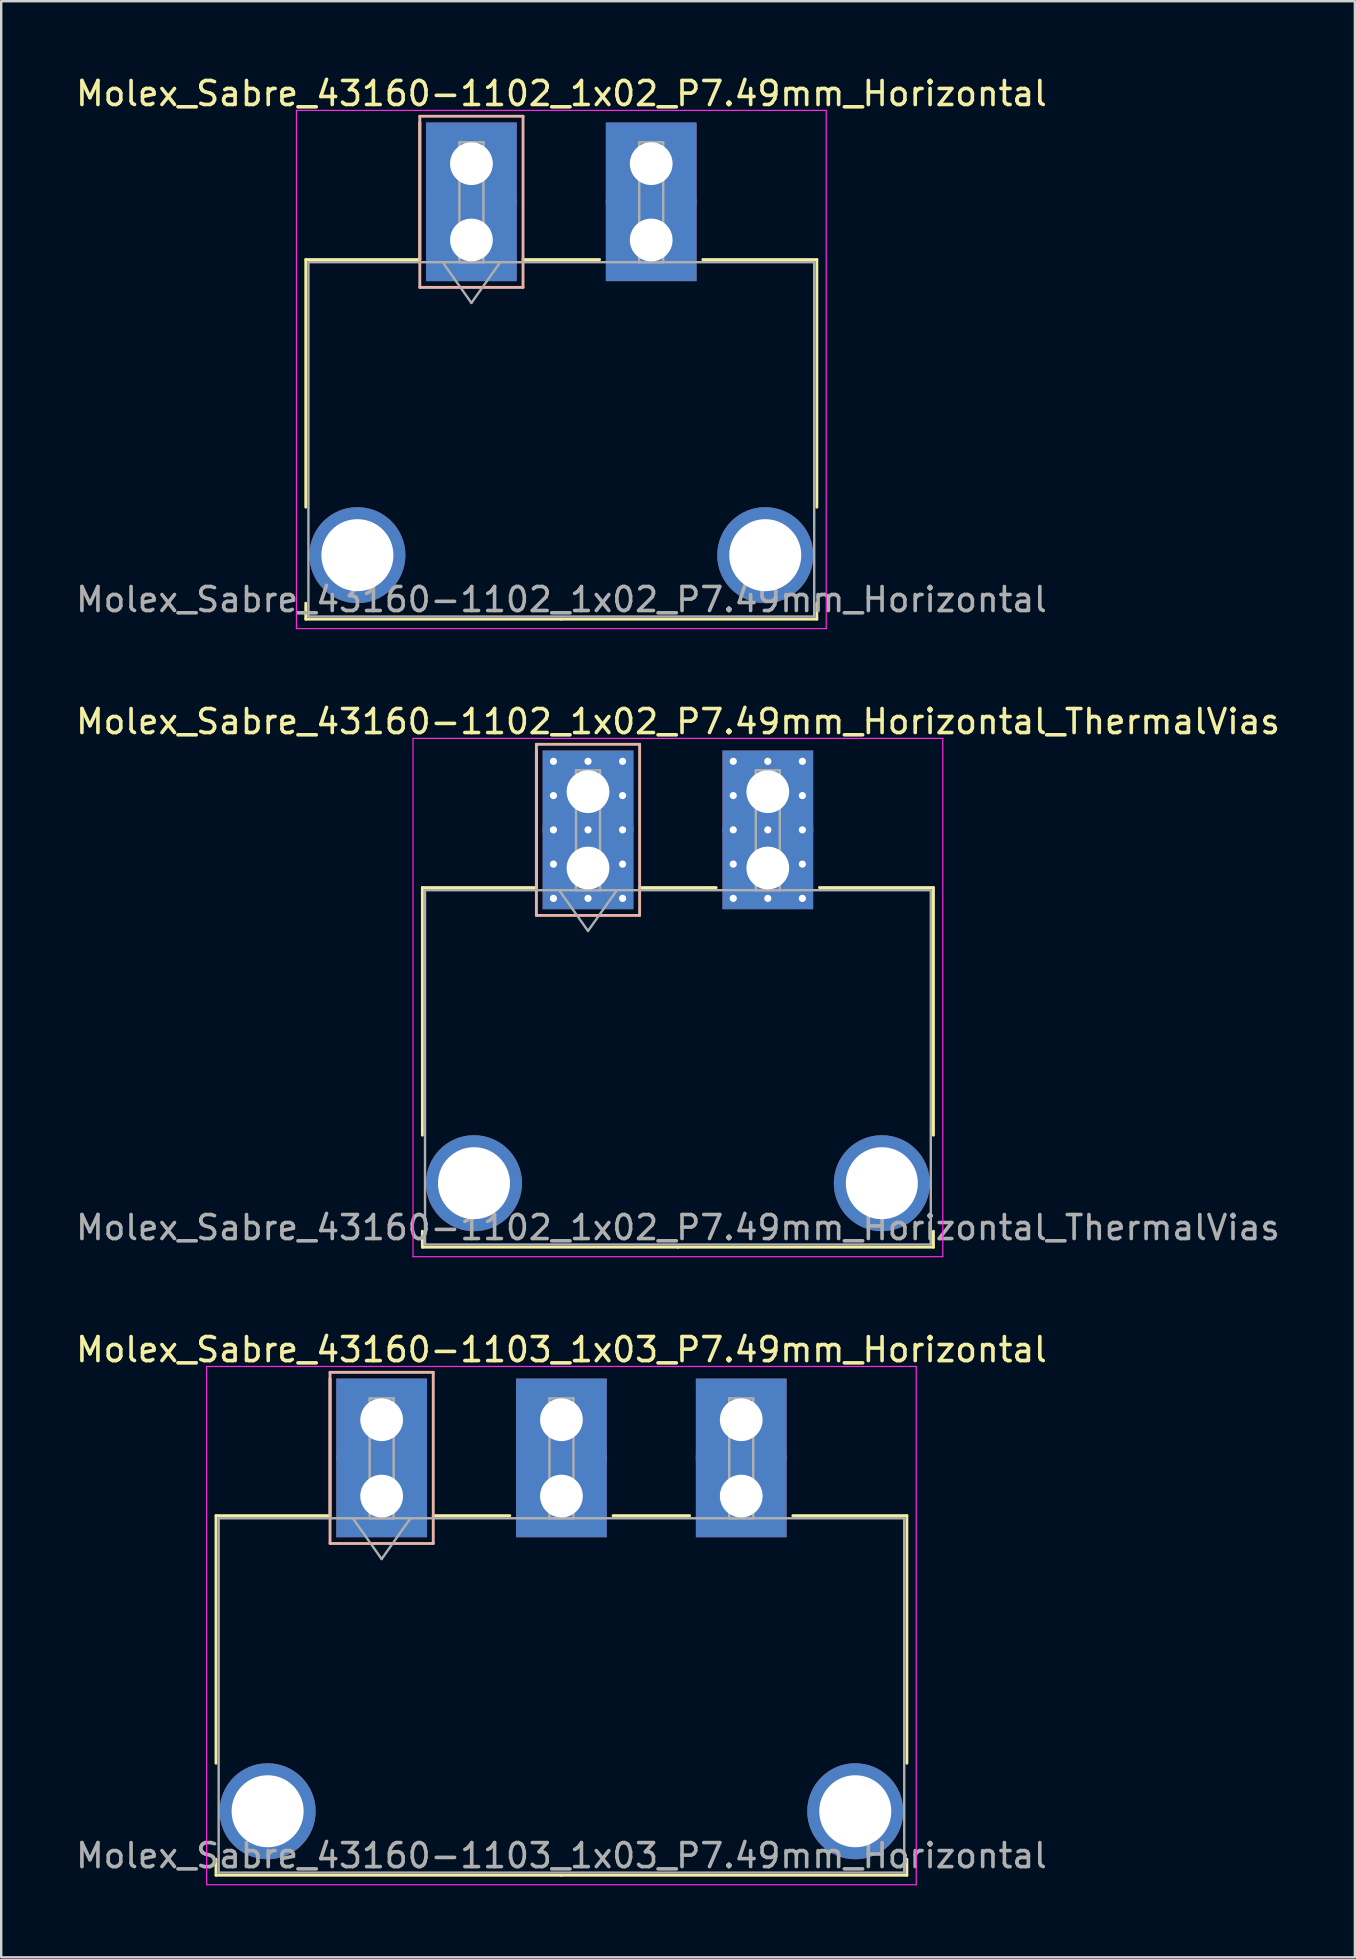
<source format=kicad_pcb>
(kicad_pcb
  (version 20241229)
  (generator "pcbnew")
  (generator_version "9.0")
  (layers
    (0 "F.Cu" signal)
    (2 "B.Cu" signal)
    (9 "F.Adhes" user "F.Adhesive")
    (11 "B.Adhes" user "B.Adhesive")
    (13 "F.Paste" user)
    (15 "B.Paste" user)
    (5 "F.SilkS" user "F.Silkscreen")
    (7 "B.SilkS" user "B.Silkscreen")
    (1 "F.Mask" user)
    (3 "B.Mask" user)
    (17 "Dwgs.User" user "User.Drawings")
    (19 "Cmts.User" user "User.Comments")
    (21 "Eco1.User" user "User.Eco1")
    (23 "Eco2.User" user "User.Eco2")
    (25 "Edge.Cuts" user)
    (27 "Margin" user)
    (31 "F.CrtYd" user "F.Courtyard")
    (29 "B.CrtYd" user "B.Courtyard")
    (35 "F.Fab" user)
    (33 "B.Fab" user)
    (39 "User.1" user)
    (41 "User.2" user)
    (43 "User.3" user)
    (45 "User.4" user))
  (footprint "Molex_Sabre_43160-1103_1x03_P7.49mm_Horizontal"
    (layer "F.Cu")
    (at 12.849 59.275)
    (property "Reference" "Molex_Sabre_43160-1103_1x03_P7.49mm_Horizontal" (at 7.49 -6.1 0) (layer "F.SilkS") (effects (font (size 1 1) (thickness 0.15))))
    (attr through_hole)
    (fp_line (start -6.9 0.815) (end -6.9 11.13) (stroke (width 0.12) (type solid)) (layer "F.SilkS"))
    (fp_line (start -6.9 15.13) (end -6.9 15.795) (stroke (width 0.12) (type solid)) (layer "F.SilkS"))
    (fp_line (start -6.9 15.795) (end 7.49 15.795) (stroke (width 0.12) (type solid)) (layer "F.SilkS"))
    (fp_line (start -2.15 0.815) (end -6.9 0.815) (stroke (width 0.12) (type solid)) (layer "F.SilkS"))
    (fp_line (start -2.15 0.815) (end -2.15 -4.895) (stroke (width 0.12) (type solid)) (layer "F.SilkS"))
    (fp_line (start 2.15 0.815) (end 5.34 0.815) (stroke (width 0.12) (type solid)) (layer "F.SilkS"))
    (fp_line (start 9.64 0.815) (end 12.83 0.815) (stroke (width 0.12) (type solid)) (layer "F.SilkS"))
    (fp_line (start 17.13 0.815) (end 21.88 0.815) (stroke (width 0.12) (type solid)) (layer "F.SilkS"))
    (fp_line (start 21.88 0.815) (end 21.88 11.13) (stroke (width 0.12) (type solid)) (layer "F.SilkS"))
    (fp_line (start 21.88 15.13) (end 21.88 15.795) (stroke (width 0.12) (type solid)) (layer "F.SilkS"))
    (fp_line (start 21.88 15.795) (end 7.49 15.795) (stroke (width 0.12) (type solid)) (layer "F.SilkS"))
    (fp_line (start -2.15 -5.155) (end -2.15 1.975) (stroke (width 0.12) (type solid)) (layer "B.SilkS"))
    (fp_line (start -2.15 1.975) (end 2.15 1.975) (stroke (width 0.12) (type solid)) (layer "B.SilkS"))
    (fp_line (start 2.15 -5.155) (end -2.15 -5.155) (stroke (width 0.12) (type solid)) (layer "B.SilkS"))
    (fp_line (start 2.15 1.975) (end 2.15 -5.155) (stroke (width 0.12) (type solid)) (layer "B.SilkS"))
    (fp_line (start -7.29 -5.4) (end -7.29 16.19) (stroke (width 0.05) (type solid)) (layer "F.CrtYd"))
    (fp_line (start -7.29 16.19) (end 22.27 16.19) (stroke (width 0.05) (type solid)) (layer "F.CrtYd"))
    (fp_line (start 22.27 -5.4) (end -7.29 -5.4) (stroke (width 0.05) (type solid)) (layer "F.CrtYd"))
    (fp_line (start 22.27 16.19) (end 22.27 -5.4) (stroke (width 0.05) (type solid)) (layer "F.CrtYd"))
    (fp_line (start -6.79 0.925) (end -6.79 15.685) (stroke (width 0.1) (type solid)) (layer "F.Fab"))
    (fp_line (start -6.79 15.685) (end 21.77 15.685) (stroke (width 0.1) (type solid)) (layer "F.Fab"))
    (fp_line (start -1.2 0.925) (end 0 2.622) (stroke (width 0.1) (type solid)) (layer "F.Fab"))
    (fp_line (start -0.5 -4.07) (end 0.5 -4.07) (stroke (width 0.1) (type solid)) (layer "F.Fab"))
    (fp_line (start -0.5 0.925) (end -0.5 -4.07) (stroke (width 0.1) (type solid)) (layer "F.Fab"))
    (fp_line (start 0 2.622) (end 1.2 0.925) (stroke (width 0.1) (type solid)) (layer "F.Fab"))
    (fp_line (start 0.5 -4.07) (end 0.5 0.925) (stroke (width 0.1) (type solid)) (layer "F.Fab"))
    (fp_line (start 0.5 0.925) (end -0.5 0.925) (stroke (width 0.1) (type solid)) (layer "F.Fab"))
    (fp_line (start 6.99 -4.07) (end 7.99 -4.07) (stroke (width 0.1) (type solid)) (layer "F.Fab"))
    (fp_line (start 6.99 0.925) (end 6.99 -4.07) (stroke (width 0.1) (type solid)) (layer "F.Fab"))
    (fp_line (start 7.99 -4.07) (end 7.99 0.925) (stroke (width 0.1) (type solid)) (layer "F.Fab"))
    (fp_line (start 7.99 0.925) (end 6.99 0.925) (stroke (width 0.1) (type solid)) (layer "F.Fab"))
    (fp_line (start 14.48 -4.07) (end 15.48 -4.07) (stroke (width 0.1) (type solid)) (layer "F.Fab"))
    (fp_line (start 14.48 0.925) (end 14.48 -4.07) (stroke (width 0.1) (type solid)) (layer "F.Fab"))
    (fp_line (start 15.48 -4.07) (end 15.48 0.925) (stroke (width 0.1) (type solid)) (layer "F.Fab"))
    (fp_line (start 15.48 0.925) (end 14.48 0.925) (stroke (width 0.1) (type solid)) (layer "F.Fab"))
    (fp_line (start 21.77 0.925) (end -6.79 0.925) (stroke (width 0.1) (type solid)) (layer "F.Fab"))
    (fp_line (start 21.77 15.685) (end 21.77 0.925) (stroke (width 0.1) (type solid)) (layer "F.Fab"))
    (fp_text user "${REFERENCE}" (at 7.49 14.98 0) (layer "F.Fab") (effects (font (size 1 1) (thickness 0.15))))
    (pad "" thru_hole circle (at -4.75 13.13) (size 4 4) (drill 3) (layers "*.Cu" "*.Mask"))
    (pad "" thru_hole circle (at 19.73 13.13) (size 4 4) (drill 3) (layers "*.Cu" "*.Mask"))
    (pad "1" thru_hole rect (at 0 -3.18) (size 3.78 3.43) (drill 1.78) (layers "*.Cu" "*.Mask"))
    (pad "1" thru_hole rect (at 0 0) (size 3.78 3.43) (drill 1.78) (layers "*.Cu" "*.Mask"))
    (pad "2" thru_hole rect (at 7.49 -3.18) (size 3.78 3.43) (drill 1.78) (layers "*.Cu" "*.Mask"))
    (pad "2" thru_hole rect (at 7.49 0) (size 3.78 3.43) (drill 1.78) (layers "*.Cu" "*.Mask"))
    (pad "3" thru_hole rect (at 14.98 -3.18) (size 3.78 3.43) (drill 1.78) (layers "*.Cu" "*.Mask"))
    (pad "3" thru_hole rect (at 14.98 0) (size 3.78 3.43) (drill 1.78) (layers "*.Cu" "*.Mask")))
  (footprint "Molex_Sabre_43160-1102_1x02_P7.49mm_Horizontal"
    (layer "F.Cu")
    (at 16.589 6.948)
    (property "Reference" "Molex_Sabre_43160-1102_1x02_P7.49mm_Horizontal" (at 3.75 -6.1 0) (layer "F.SilkS") (effects (font (size 1 1) (thickness 0.15))))
    (attr through_hole)
    (fp_line (start -6.9 0.815) (end -6.9 11.13) (stroke (width 0.12) (type solid)) (layer "F.SilkS"))
    (fp_line (start -6.9 15.13) (end -6.9 15.795) (stroke (width 0.12) (type solid)) (layer "F.SilkS"))
    (fp_line (start -6.9 15.795) (end 3.745 15.795) (stroke (width 0.12) (type solid)) (layer "F.SilkS"))
    (fp_line (start -2.15 0.815) (end -6.9 0.815) (stroke (width 0.12) (type solid)) (layer "F.SilkS"))
    (fp_line (start -2.15 0.815) (end -2.15 -4.895) (stroke (width 0.12) (type solid)) (layer "F.SilkS"))
    (fp_line (start 2.15 0.815) (end 5.34 0.815) (stroke (width 0.12) (type solid)) (layer "F.SilkS"))
    (fp_line (start 9.64 0.815) (end 14.39 0.815) (stroke (width 0.12) (type solid)) (layer "F.SilkS"))
    (fp_line (start 14.39 0.815) (end 14.39 11.13) (stroke (width 0.12) (type solid)) (layer "F.SilkS"))
    (fp_line (start 14.39 15.13) (end 14.39 15.795) (stroke (width 0.12) (type solid)) (layer "F.SilkS"))
    (fp_line (start 14.39 15.795) (end 3.745 15.795) (stroke (width 0.12) (type solid)) (layer "F.SilkS"))
    (fp_line (start -2.15 -5.155) (end -2.15 1.975) (stroke (width 0.12) (type solid)) (layer "B.SilkS"))
    (fp_line (start -2.15 1.975) (end 2.15 1.975) (stroke (width 0.12) (type solid)) (layer "B.SilkS"))
    (fp_line (start 2.15 -5.155) (end -2.15 -5.155) (stroke (width 0.12) (type solid)) (layer "B.SilkS"))
    (fp_line (start 2.15 1.975) (end 2.15 -5.155) (stroke (width 0.12) (type solid)) (layer "B.SilkS"))
    (fp_line (start -7.29 -5.4) (end -7.29 16.19) (stroke (width 0.05) (type solid)) (layer "F.CrtYd"))
    (fp_line (start -7.29 16.19) (end 14.78 16.19) (stroke (width 0.05) (type solid)) (layer "F.CrtYd"))
    (fp_line (start 14.78 -5.4) (end -7.29 -5.4) (stroke (width 0.05) (type solid)) (layer "F.CrtYd"))
    (fp_line (start 14.78 16.19) (end 14.78 -5.4) (stroke (width 0.05) (type solid)) (layer "F.CrtYd"))
    (fp_line (start -6.79 0.925) (end -6.79 15.685) (stroke (width 0.1) (type solid)) (layer "F.Fab"))
    (fp_line (start -6.79 15.685) (end 14.28 15.685) (stroke (width 0.1) (type solid)) (layer "F.Fab"))
    (fp_line (start -1.2 0.925) (end 0 2.622) (stroke (width 0.1) (type solid)) (layer "F.Fab"))
    (fp_line (start -0.5 -4.07) (end 0.5 -4.07) (stroke (width 0.1) (type solid)) (layer "F.Fab"))
    (fp_line (start -0.5 0.925) (end -0.5 -4.07) (stroke (width 0.1) (type solid)) (layer "F.Fab"))
    (fp_line (start 0 2.622) (end 1.2 0.925) (stroke (width 0.1) (type solid)) (layer "F.Fab"))
    (fp_line (start 0.5 -4.07) (end 0.5 0.925) (stroke (width 0.1) (type solid)) (layer "F.Fab"))
    (fp_line (start 0.5 0.925) (end -0.5 0.925) (stroke (width 0.1) (type solid)) (layer "F.Fab"))
    (fp_line (start 6.99 -4.07) (end 7.99 -4.07) (stroke (width 0.1) (type solid)) (layer "F.Fab"))
    (fp_line (start 6.99 0.925) (end 6.99 -4.07) (stroke (width 0.1) (type solid)) (layer "F.Fab"))
    (fp_line (start 7.99 -4.07) (end 7.99 0.925) (stroke (width 0.1) (type solid)) (layer "F.Fab"))
    (fp_line (start 7.99 0.925) (end 6.99 0.925) (stroke (width 0.1) (type solid)) (layer "F.Fab"))
    (fp_line (start 14.28 0.925) (end -6.79 0.925) (stroke (width 0.1) (type solid)) (layer "F.Fab"))
    (fp_line (start 14.28 15.685) (end 14.28 0.925) (stroke (width 0.1) (type solid)) (layer "F.Fab"))
    (fp_text user "${REFERENCE}" (at 3.75 14.98 0) (layer "F.Fab") (effects (font (size 1 1) (thickness 0.15))))
    (pad "" thru_hole circle (at -4.75 13.13) (size 4 4) (drill 3) (layers "*.Cu" "*.Mask"))
    (pad "" thru_hole circle (at 12.24 13.13) (size 4 4) (drill 3) (layers "*.Cu" "*.Mask"))
    (pad "1" thru_hole rect (at 0 -3.18) (size 3.78 3.43) (drill 1.78) (layers "*.Cu" "*.Mask"))
    (pad "1" thru_hole rect (at 0 0) (size 3.78 3.43) (drill 1.78) (layers "*.Cu" "*.Mask"))
    (pad "2" thru_hole rect (at 7.49 -3.18) (size 3.78 3.43) (drill 1.78) (layers "*.Cu" "*.Mask"))
    (pad "2" thru_hole rect (at 7.49 0) (size 3.78 3.43) (drill 1.78) (layers "*.Cu" "*.Mask")))
  (footprint "Molex_Sabre_43160-1102_1x02_P7.49mm_Horizontal_ThermalVias"
    (layer "F.Cu")
    (at 21.446 33.111)
    (property "Reference" "Molex_Sabre_43160-1102_1x02_P7.49mm_Horizontal_ThermalVias" (at 3.75 -6.1 0) (layer "F.SilkS") (effects (font (size 1 1) (thickness 0.15))))
    (attr through_hole)
    (fp_line (start -6.9 0.815) (end -6.9 11.13) (stroke (width 0.12) (type solid)) (layer "F.SilkS"))
    (fp_line (start -6.9 15.13) (end -6.9 15.795) (stroke (width 0.12) (type solid)) (layer "F.SilkS"))
    (fp_line (start -6.9 15.795) (end 3.745 15.795) (stroke (width 0.12) (type solid)) (layer "F.SilkS"))
    (fp_line (start -2.15 0.815) (end -6.9 0.815) (stroke (width 0.12) (type solid)) (layer "F.SilkS"))
    (fp_line (start -2.15 0.815) (end -2.15 -4.895) (stroke (width 0.12) (type solid)) (layer "F.SilkS"))
    (fp_line (start 2.15 0.815) (end 5.34 0.815) (stroke (width 0.12) (type solid)) (layer "F.SilkS"))
    (fp_line (start 9.64 0.815) (end 14.39 0.815) (stroke (width 0.12) (type solid)) (layer "F.SilkS"))
    (fp_line (start 14.39 0.815) (end 14.39 11.13) (stroke (width 0.12) (type solid)) (layer "F.SilkS"))
    (fp_line (start 14.39 15.13) (end 14.39 15.795) (stroke (width 0.12) (type solid)) (layer "F.SilkS"))
    (fp_line (start 14.39 15.795) (end 3.745 15.795) (stroke (width 0.12) (type solid)) (layer "F.SilkS"))
    (fp_line (start -2.15 -5.155) (end -2.15 1.975) (stroke (width 0.12) (type solid)) (layer "B.SilkS"))
    (fp_line (start -2.15 1.975) (end 2.15 1.975) (stroke (width 0.12) (type solid)) (layer "B.SilkS"))
    (fp_line (start 2.15 -5.155) (end -2.15 -5.155) (stroke (width 0.12) (type solid)) (layer "B.SilkS"))
    (fp_line (start 2.15 1.975) (end 2.15 -5.155) (stroke (width 0.12) (type solid)) (layer "B.SilkS"))
    (fp_line (start -7.29 -5.4) (end -7.29 16.19) (stroke (width 0.05) (type solid)) (layer "F.CrtYd"))
    (fp_line (start -7.29 16.19) (end 14.78 16.19) (stroke (width 0.05) (type solid)) (layer "F.CrtYd"))
    (fp_line (start 14.78 -5.4) (end -7.29 -5.4) (stroke (width 0.05) (type solid)) (layer "F.CrtYd"))
    (fp_line (start 14.78 16.19) (end 14.78 -5.4) (stroke (width 0.05) (type solid)) (layer "F.CrtYd"))
    (fp_line (start -6.79 0.925) (end -6.79 15.685) (stroke (width 0.1) (type solid)) (layer "F.Fab"))
    (fp_line (start -6.79 15.685) (end 14.28 15.685) (stroke (width 0.1) (type solid)) (layer "F.Fab"))
    (fp_line (start -1.2 0.925) (end 0 2.622) (stroke (width 0.1) (type solid)) (layer "F.Fab"))
    (fp_line (start -0.5 -4.07) (end 0.5 -4.07) (stroke (width 0.1) (type solid)) (layer "F.Fab"))
    (fp_line (start -0.5 0.925) (end -0.5 -4.07) (stroke (width 0.1) (type solid)) (layer "F.Fab"))
    (fp_line (start 0 2.622) (end 1.2 0.925) (stroke (width 0.1) (type solid)) (layer "F.Fab"))
    (fp_line (start 0.5 -4.07) (end 0.5 0.925) (stroke (width 0.1) (type solid)) (layer "F.Fab"))
    (fp_line (start 0.5 0.925) (end -0.5 0.925) (stroke (width 0.1) (type solid)) (layer "F.Fab"))
    (fp_line (start 6.99 -4.07) (end 7.99 -4.07) (stroke (width 0.1) (type solid)) (layer "F.Fab"))
    (fp_line (start 6.99 0.925) (end 6.99 -4.07) (stroke (width 0.1) (type solid)) (layer "F.Fab"))
    (fp_line (start 7.99 -4.07) (end 7.99 0.925) (stroke (width 0.1) (type solid)) (layer "F.Fab"))
    (fp_line (start 7.99 0.925) (end 6.99 0.925) (stroke (width 0.1) (type solid)) (layer "F.Fab"))
    (fp_line (start 14.28 0.925) (end -6.79 0.925) (stroke (width 0.1) (type solid)) (layer "F.Fab"))
    (fp_line (start 14.28 15.685) (end 14.28 0.925) (stroke (width 0.1) (type solid)) (layer "F.Fab"))
    (fp_text user "${REFERENCE}" (at 3.75 14.98 0) (layer "F.Fab") (effects (font (size 1 1) (thickness 0.15))))
    (pad "" thru_hole circle (at -4.75 13.13) (size 4 4) (drill 3) (layers "*.Cu" "*.Mask"))
    (pad "" thru_hole circle (at 12.24 13.13) (size 4 4) (drill 3) (layers "*.Cu" "*.Mask"))
    (pad "1" thru_hole rect (at -1.44 -4.445) (size 0.6 0.6) (drill 0.3) (layers "*.Cu" "*.Mask"))
    (pad "1" thru_hole rect (at -1.44 -3.018) (size 0.6 0.6) (drill 0.3) (layers "*.Cu" "*.Mask"))
    (pad "1" thru_hole rect (at -1.44 -1.59) (size 0.6 0.6) (drill 0.3) (layers "*.Cu" "*.Mask"))
    (pad "1" thru_hole rect (at -1.44 -0.163) (size 0.6 0.6) (drill 0.3) (layers "*.Cu" "*.Mask"))
    (pad "1" thru_hole rect (at -1.44 1.265) (size 0.6 0.6) (drill 0.3) (layers "*.Cu" "*.Mask"))
    (pad "1" thru_hole rect (at 0 -4.445) (size 0.6 0.6) (drill 0.3) (layers "*.Cu" "*.Mask"))
    (pad "1" thru_hole rect (at 0 -3.18) (size 3.78 3.43) (drill 1.78) (layers "*.Cu" "*.Mask"))
    (pad "1" thru_hole rect (at 0 -1.59) (size 0.6 0.6) (drill 0.3) (layers "*.Cu" "*.Mask"))
    (pad "1" thru_hole rect (at 0 0) (size 3.78 3.43) (drill 1.78) (layers "*.Cu" "*.Mask"))
    (pad "1" thru_hole rect (at 0 1.265) (size 0.6 0.6) (drill 0.3) (layers "*.Cu" "*.Mask"))
    (pad "1" thru_hole rect (at 1.44 -4.445) (size 0.6 0.6) (drill 0.3) (layers "*.Cu" "*.Mask"))
    (pad "1" thru_hole rect (at 1.44 -3.018) (size 0.6 0.6) (drill 0.3) (layers "*.Cu" "*.Mask"))
    (pad "1" thru_hole rect (at 1.44 -1.59) (size 0.6 0.6) (drill 0.3) (layers "*.Cu" "*.Mask"))
    (pad "1" thru_hole rect (at 1.44 -0.163) (size 0.6 0.6) (drill 0.3) (layers "*.Cu" "*.Mask"))
    (pad "1" thru_hole rect (at 1.44 1.265) (size 0.6 0.6) (drill 0.3) (layers "*.Cu" "*.Mask"))
    (pad "2" thru_hole circle (at 6.05 -4.445) (size 0.6 0.6) (drill 0.3) (layers "*.Cu" "*.Mask"))
    (pad "2" thru_hole circle (at 6.05 -3.018) (size 0.6 0.6) (drill 0.3) (layers "*.Cu" "*.Mask"))
    (pad "2" thru_hole circle (at 6.05 -1.59) (size 0.6 0.6) (drill 0.3) (layers "*.Cu" "*.Mask"))
    (pad "2" thru_hole circle (at 6.05 -0.163) (size 0.6 0.6) (drill 0.3) (layers "*.Cu" "*.Mask"))
    (pad "2" thru_hole circle (at 6.05 1.265) (size 0.6 0.6) (drill 0.3) (layers "*.Cu" "*.Mask"))
    (pad "2" thru_hole circle (at 7.49 -4.445) (size 0.6 0.6) (drill 0.3) (layers "*.Cu" "*.Mask"))
    (pad "2" thru_hole rect (at 7.49 -3.18) (size 3.78 3.43) (drill 1.78) (layers "*.Cu" "*.Mask"))
    (pad "2" thru_hole circle (at 7.49 -1.59) (size 0.6 0.6) (drill 0.3) (layers "*.Cu" "*.Mask"))
    (pad "2" thru_hole rect (at 7.49 0) (size 3.78 3.43) (drill 1.78) (layers "*.Cu" "*.Mask"))
    (pad "2" thru_hole circle (at 7.49 1.265) (size 0.6 0.6) (drill 0.3) (layers "*.Cu" "*.Mask"))
    (pad "2" thru_hole circle (at 8.93 -4.445) (size 0.6 0.6) (drill 0.3) (layers "*.Cu" "*.Mask"))
    (pad "2" thru_hole circle (at 8.93 -3.018) (size 0.6 0.6) (drill 0.3) (layers "*.Cu" "*.Mask"))
    (pad "2" thru_hole circle (at 8.93 -1.59) (size 0.6 0.6) (drill 0.3) (layers "*.Cu" "*.Mask"))
    (pad "2" thru_hole circle (at 8.93 -0.163) (size 0.6 0.6) (drill 0.3) (layers "*.Cu" "*.Mask"))
    (pad "2" thru_hole circle (at 8.93 1.265) (size 0.6 0.6) (drill 0.3) (layers "*.Cu" "*.Mask")))
  (gr_rect
    (start -3 -3)
    (end 53.393 78.49)
    (stroke (width 0.1) (type default))
    (fill no)
    (layer "Edge.Cuts")))
</source>
